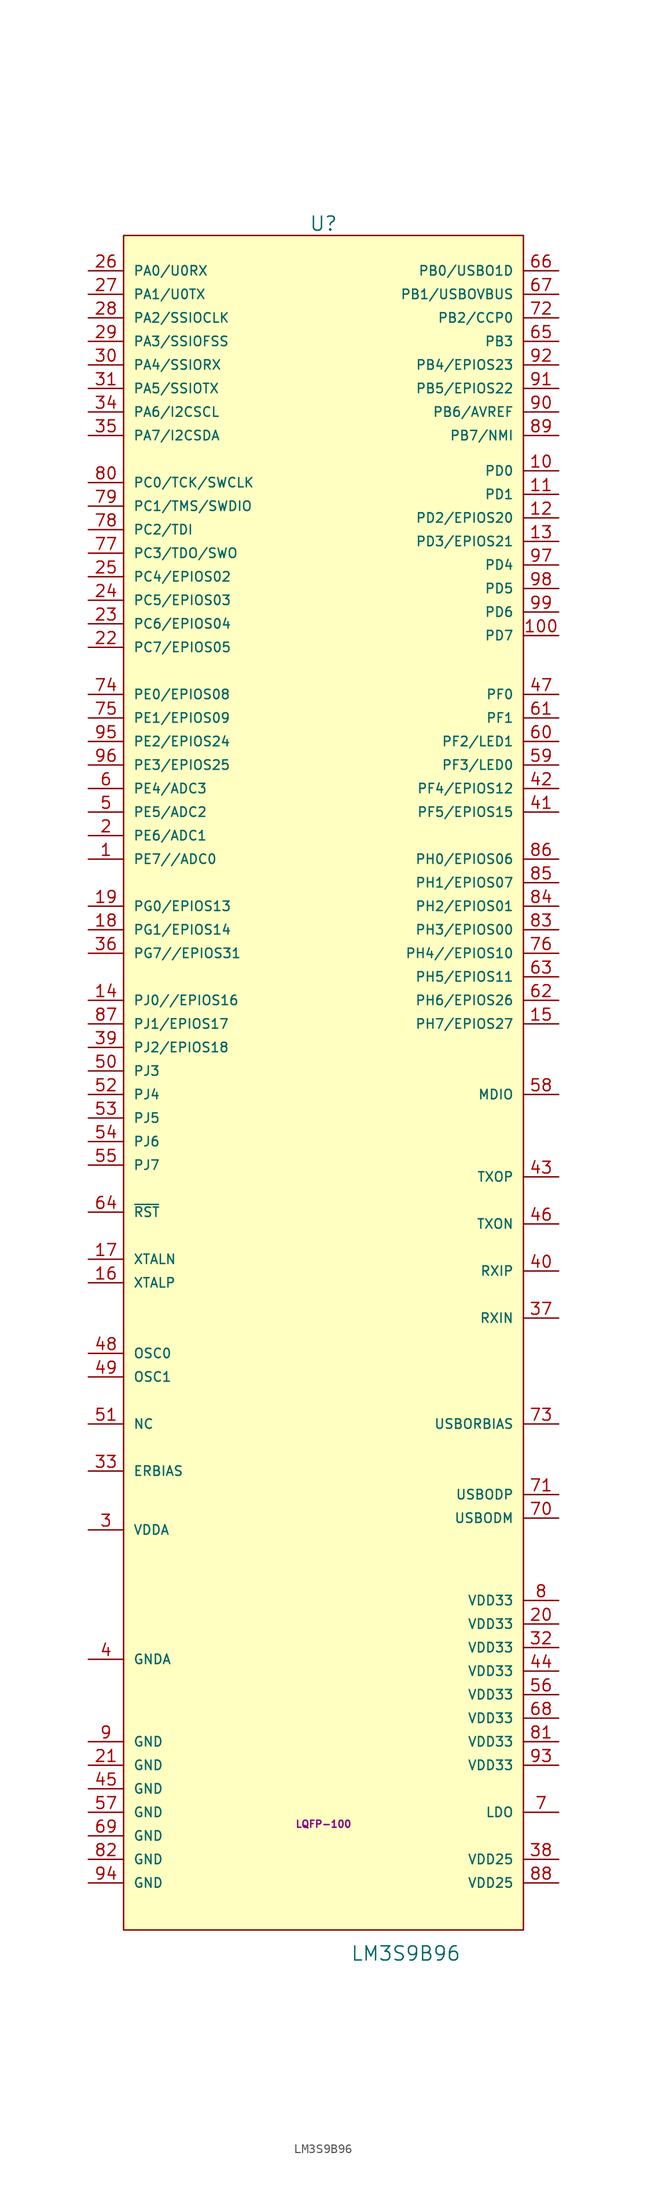
<source format=kicad_sym>
(kicad_symbol_lib
  (version 20220914)
  (generator kicad_symbol_editor)
  (symbol "LM3S9B96"
    (pin_names
      (offset 1.016))
    (property "Reference" "U"
      (at 0 92.71 0)
      (effects (font (size 1.524 1.524))))
    (property "Value" "LM3S9B96"
      (at 8.89 -93.98 0)
      (effects (font (size 1.524 1.524))))
    (property "Footprint" "LQFP-100"
      (at 0 -80.01 0)
      (effects (font (size 0.762 0.762))))
    (property "Datasheet" ""
      (at 0 0 0)
      (effects (font (size 1.524 1.524))))
    (symbol "LM3S9B96_0_1"
      (rectangle (start -21.59 91.44) (end 21.59 -91.44) (stroke (width 0) (type default)) (fill (type background))))
    (symbol "LM3S9B96_1_1"
      (pin input line (at -25.4 24.13 0) (length 3.81) (name "PE7//ADC0" (effects (font (size 1.016 1.016)))) (number "1" (effects (font (size 1.27 1.27)))))
      (pin input line (at 25.4 66.04 180) (length 3.81) (name "PD0" (effects (font (size 1.016 1.016)))) (number "10" (effects (font (size 1.27 1.27)))))
      (pin input line (at 25.4 48.26 180) (length 3.81) (name "PD7" (effects (font (size 1.016 1.016)))) (number "100" (effects (font (size 1.27 1.27)))))
      (pin input line (at 25.4 63.5 180) (length 3.81) (name "PD1" (effects (font (size 1.016 1.016)))) (number "11" (effects (font (size 1.27 1.27)))))
      (pin input line (at 25.4 60.96 180) (length 3.81) (name "PD2/EPIOS20" (effects (font (size 1.016 1.016)))) (number "12" (effects (font (size 1.27 1.27)))))
      (pin input line (at 25.4 58.42 180) (length 3.81) (name "PD3/EPIOS21" (effects (font (size 1.016 1.016)))) (number "13" (effects (font (size 1.27 1.27)))))
      (pin input line (at -25.4 8.89 0) (length 3.81) (name "PJ0//EPIOS16" (effects (font (size 1.016 1.016)))) (number "14" (effects (font (size 1.27 1.27)))))
      (pin input line (at 25.4 6.35 180) (length 3.81) (name "PH7/EPIOS27" (effects (font (size 1.016 1.016)))) (number "15" (effects (font (size 1.27 1.27)))))
      (pin input line (at -25.4 -21.59 0) (length 3.81) (name "XTALP" (effects (font (size 1.016 1.016)))) (number "16" (effects (font (size 1.27 1.27)))))
      (pin input line (at -25.4 -19.05 0) (length 3.81) (name "XTALN" (effects (font (size 1.016 1.016)))) (number "17" (effects (font (size 1.27 1.27)))))
      (pin input line (at -25.4 16.51 0) (length 3.81) (name "PG1/EPIOS14" (effects (font (size 1.016 1.016)))) (number "18" (effects (font (size 1.27 1.27)))))
      (pin input line (at -25.4 19.05 0) (length 3.81) (name "PG0/EPIOS13" (effects (font (size 1.016 1.016)))) (number "19" (effects (font (size 1.27 1.27)))))
      (pin input line (at -25.4 26.67 0) (length 3.81) (name "PE6/ADC1" (effects (font (size 1.016 1.016)))) (number "2" (effects (font (size 1.27 1.27)))))
      (pin input line (at 25.4 -58.42 180) (length 3.81) (name "VDD33" (effects (font (size 1.016 1.016)))) (number "20" (effects (font (size 1.27 1.27)))))
      (pin input line (at -25.4 -73.66 0) (length 3.81) (name "GND" (effects (font (size 1.016 1.016)))) (number "21" (effects (font (size 1.27 1.27)))))
      (pin input line (at -25.4 46.99 0) (length 3.81) (name "PC7/EPIOS05" (effects (font (size 1.016 1.016)))) (number "22" (effects (font (size 1.27 1.27)))))
      (pin input line (at -25.4 49.53 0) (length 3.81) (name "PC6/EPIOS04" (effects (font (size 1.016 1.016)))) (number "23" (effects (font (size 1.27 1.27)))))
      (pin input line (at -25.4 52.07 0) (length 3.81) (name "PC5/EPIOS03" (effects (font (size 1.016 1.016)))) (number "24" (effects (font (size 1.27 1.27)))))
      (pin input line (at -25.4 54.61 0) (length 3.81) (name "PC4/EPIOS02" (effects (font (size 1.016 1.016)))) (number "25" (effects (font (size 1.27 1.27)))))
      (pin input line (at -25.4 87.63 0) (length 3.81) (name "PA0/U0RX" (effects (font (size 1.016 1.016)))) (number "26" (effects (font (size 1.27 1.27)))))
      (pin input line (at -25.4 85.09 0) (length 3.81) (name "PA1/U0TX" (effects (font (size 1.016 1.016)))) (number "27" (effects (font (size 1.27 1.27)))))
      (pin input line (at -25.4 82.55 0) (length 3.81) (name "PA2/SSIOCLK" (effects (font (size 1.016 1.016)))) (number "28" (effects (font (size 1.27 1.27)))))
      (pin input line (at -25.4 80.01 0) (length 3.81) (name "PA3/SSIOFSS" (effects (font (size 1.016 1.016)))) (number "29" (effects (font (size 1.27 1.27)))))
      (pin input line (at -25.4 -48.26 0) (length 3.81) (name "VDDA" (effects (font (size 1.016 1.016)))) (number "3" (effects (font (size 1.27 1.27)))))
      (pin input line (at -25.4 77.47 0) (length 3.81) (name "PA4/SSIORX" (effects (font (size 1.016 1.016)))) (number "30" (effects (font (size 1.27 1.27)))))
      (pin input line (at -25.4 74.93 0) (length 3.81) (name "PA5/SSIOTX" (effects (font (size 1.016 1.016)))) (number "31" (effects (font (size 1.27 1.27)))))
      (pin input line (at 25.4 -60.96 180) (length 3.81) (name "VDD33" (effects (font (size 1.016 1.016)))) (number "32" (effects (font (size 1.27 1.27)))))
      (pin input line (at -25.4 -41.91 0) (length 3.81) (name "ERBIAS" (effects (font (size 1.016 1.016)))) (number "33" (effects (font (size 1.27 1.27)))))
      (pin input line (at -25.4 72.39 0) (length 3.81) (name "PA6/I2CSCL" (effects (font (size 1.016 1.016)))) (number "34" (effects (font (size 1.27 1.27)))))
      (pin input line (at -25.4 69.85 0) (length 3.81) (name "PA7/I2CSDA" (effects (font (size 1.016 1.016)))) (number "35" (effects (font (size 1.27 1.27)))))
      (pin input line (at -25.4 13.97 0) (length 3.81) (name "PG7//EPIOS31" (effects (font (size 1.016 1.016)))) (number "36" (effects (font (size 1.27 1.27)))))
      (pin input line (at 25.4 -25.4 180) (length 3.81) (name "RXIN" (effects (font (size 1.016 1.016)))) (number "37" (effects (font (size 1.27 1.27)))))
      (pin input line (at 25.4 -83.82 180) (length 3.81) (name "VDD25" (effects (font (size 1.016 1.016)))) (number "38" (effects (font (size 1.27 1.27)))))
      (pin input line (at -25.4 3.81 0) (length 3.81) (name "PJ2/EPIOS18" (effects (font (size 1.016 1.016)))) (number "39" (effects (font (size 1.27 1.27)))))
      (pin input line (at -25.4 -62.23 0) (length 3.81) (name "GNDA" (effects (font (size 1.016 1.016)))) (number "4" (effects (font (size 1.27 1.27)))))
      (pin input line (at 25.4 -20.32 180) (length 3.81) (name "RXIP" (effects (font (size 1.016 1.016)))) (number "40" (effects (font (size 1.27 1.27)))))
      (pin input line (at 25.4 29.21 180) (length 3.81) (name "PF5/EPIOS15" (effects (font (size 1.016 1.016)))) (number "41" (effects (font (size 1.27 1.27)))))
      (pin input line (at 25.4 31.75 180) (length 3.81) (name "PF4/EPIOS12" (effects (font (size 1.016 1.016)))) (number "42" (effects (font (size 1.27 1.27)))))
      (pin input line (at 25.4 -10.16 180) (length 3.81) (name "TXOP" (effects (font (size 1.016 1.016)))) (number "43" (effects (font (size 1.27 1.27)))))
      (pin input line (at 25.4 -63.5 180) (length 3.81) (name "VDD33" (effects (font (size 1.016 1.016)))) (number "44" (effects (font (size 1.27 1.27)))))
      (pin input line (at -25.4 -76.2 0) (length 3.81) (name "GND" (effects (font (size 1.016 1.016)))) (number "45" (effects (font (size 1.27 1.27)))))
      (pin input line (at 25.4 -15.24 180) (length 3.81) (name "TXON" (effects (font (size 1.016 1.016)))) (number "46" (effects (font (size 1.27 1.27)))))
      (pin input line (at 25.4 41.91 180) (length 3.81) (name "PF0" (effects (font (size 1.016 1.016)))) (number "47" (effects (font (size 1.27 1.27)))))
      (pin input line (at -25.4 -29.21 0) (length 3.81) (name "OSC0" (effects (font (size 1.016 1.016)))) (number "48" (effects (font (size 1.27 1.27)))))
      (pin input line (at -25.4 -31.75 0) (length 3.81) (name "OSC1" (effects (font (size 1.016 1.016)))) (number "49" (effects (font (size 1.27 1.27)))))
      (pin input line (at -25.4 29.21 0) (length 3.81) (name "PE5/ADC2" (effects (font (size 1.016 1.016)))) (number "5" (effects (font (size 1.27 1.27)))))
      (pin input line (at -25.4 1.27 0) (length 3.81) (name "PJ3" (effects (font (size 1.016 1.016)))) (number "50" (effects (font (size 1.27 1.27)))))
      (pin input line (at -25.4 -36.83 0) (length 3.81) (name "NC" (effects (font (size 1.016 1.016)))) (number "51" (effects (font (size 1.27 1.27)))))
      (pin input line (at -25.4 -1.27 0) (length 3.81) (name "PJ4" (effects (font (size 1.016 1.016)))) (number "52" (effects (font (size 1.27 1.27)))))
      (pin input line (at -25.4 -3.81 0) (length 3.81) (name "PJ5" (effects (font (size 1.016 1.016)))) (number "53" (effects (font (size 1.27 1.27)))))
      (pin input line (at -25.4 -6.35 0) (length 3.81) (name "PJ6" (effects (font (size 1.016 1.016)))) (number "54" (effects (font (size 1.27 1.27)))))
      (pin input line (at -25.4 -8.89 0) (length 3.81) (name "PJ7" (effects (font (size 1.016 1.016)))) (number "55" (effects (font (size 1.27 1.27)))))
      (pin input line (at 25.4 -66.04 180) (length 3.81) (name "VDD33" (effects (font (size 1.016 1.016)))) (number "56" (effects (font (size 1.27 1.27)))))
      (pin input line (at -25.4 -78.74 0) (length 3.81) (name "GND" (effects (font (size 1.016 1.016)))) (number "57" (effects (font (size 1.27 1.27)))))
      (pin input line (at 25.4 -1.27 180) (length 3.81) (name "MDIO" (effects (font (size 1.016 1.016)))) (number "58" (effects (font (size 1.27 1.27)))))
      (pin input line (at 25.4 34.29 180) (length 3.81) (name "PF3/LED0" (effects (font (size 1.016 1.016)))) (number "59" (effects (font (size 1.27 1.27)))))
      (pin input line (at -25.4 31.75 0) (length 3.81) (name "PE4/ADC3" (effects (font (size 1.016 1.016)))) (number "6" (effects (font (size 1.27 1.27)))))
      (pin input line (at 25.4 36.83 180) (length 3.81) (name "PF2/LED1" (effects (font (size 1.016 1.016)))) (number "60" (effects (font (size 1.27 1.27)))))
      (pin input line (at 25.4 39.37 180) (length 3.81) (name "PF1" (effects (font (size 1.016 1.016)))) (number "61" (effects (font (size 1.27 1.27)))))
      (pin input line (at 25.4 8.89 180) (length 3.81) (name "PH6/EPIOS26" (effects (font (size 1.016 1.016)))) (number "62" (effects (font (size 1.27 1.27)))))
      (pin input line (at 25.4 11.43 180) (length 3.81) (name "PH5/EPIOS11" (effects (font (size 1.016 1.016)))) (number "63" (effects (font (size 1.27 1.27)))))
      (pin input line (at -25.4 -13.97 0) (length 3.81) (name "~{RST}" (effects (font (size 1.016 1.016)))) (number "64" (effects (font (size 1.27 1.27)))))
      (pin input line (at 25.4 80.01 180) (length 3.81) (name "PB3" (effects (font (size 1.016 1.016)))) (number "65" (effects (font (size 1.27 1.27)))))
      (pin input line (at 25.4 87.63 180) (length 3.81) (name "PB0/USBO1D" (effects (font (size 1.016 1.016)))) (number "66" (effects (font (size 1.27 1.27)))))
      (pin input line (at 25.4 85.09 180) (length 3.81) (name "PB1/USBOVBUS" (effects (font (size 1.016 1.016)))) (number "67" (effects (font (size 1.27 1.27)))))
      (pin input line (at 25.4 -68.58 180) (length 3.81) (name "VDD33" (effects (font (size 1.016 1.016)))) (number "68" (effects (font (size 1.27 1.27)))))
      (pin input line (at -25.4 -81.28 0) (length 3.81) (name "GND" (effects (font (size 1.016 1.016)))) (number "69" (effects (font (size 1.27 1.27)))))
      (pin input line (at 25.4 -78.74 180) (length 3.81) (name "LDO" (effects (font (size 1.016 1.016)))) (number "7" (effects (font (size 1.27 1.27)))))
      (pin input line (at 25.4 -46.99 180) (length 3.81) (name "USBODM" (effects (font (size 1.016 1.016)))) (number "70" (effects (font (size 1.27 1.27)))))
      (pin input line (at 25.4 -44.45 180) (length 3.81) (name "USBODP" (effects (font (size 1.016 1.016)))) (number "71" (effects (font (size 1.27 1.27)))))
      (pin input line (at 25.4 82.55 180) (length 3.81) (name "PB2/CCP0" (effects (font (size 1.016 1.016)))) (number "72" (effects (font (size 1.27 1.27)))))
      (pin input line (at 25.4 -36.83 180) (length 3.81) (name "USBORBIAS" (effects (font (size 1.016 1.016)))) (number "73" (effects (font (size 1.27 1.27)))))
      (pin input line (at -25.4 41.91 0) (length 3.81) (name "PE0/EPIOS08" (effects (font (size 1.016 1.016)))) (number "74" (effects (font (size 1.27 1.27)))))
      (pin input line (at -25.4 39.37 0) (length 3.81) (name "PE1/EPIOS09" (effects (font (size 1.016 1.016)))) (number "75" (effects (font (size 1.27 1.27)))))
      (pin input line (at 25.4 13.97 180) (length 3.81) (name "PH4//EPIOS10" (effects (font (size 1.016 1.016)))) (number "76" (effects (font (size 1.27 1.27)))))
      (pin input line (at -25.4 57.15 0) (length 3.81) (name "PC3/TDO/SWO" (effects (font (size 1.016 1.016)))) (number "77" (effects (font (size 1.27 1.27)))))
      (pin input line (at -25.4 59.69 0) (length 3.81) (name "PC2/TDI" (effects (font (size 1.016 1.016)))) (number "78" (effects (font (size 1.27 1.27)))))
      (pin input line (at -25.4 62.23 0) (length 3.81) (name "PC1/TMS/SWDIO" (effects (font (size 1.016 1.016)))) (number "79" (effects (font (size 1.27 1.27)))))
      (pin input line (at 25.4 -55.88 180) (length 3.81) (name "VDD33" (effects (font (size 1.016 1.016)))) (number "8" (effects (font (size 1.27 1.27)))))
      (pin input line (at -25.4 64.77 0) (length 3.81) (name "PC0/TCK/SWCLK" (effects (font (size 1.016 1.016)))) (number "80" (effects (font (size 1.27 1.27)))))
      (pin input line (at 25.4 -71.12 180) (length 3.81) (name "VDD33" (effects (font (size 1.016 1.016)))) (number "81" (effects (font (size 1.27 1.27)))))
      (pin input line (at -25.4 -83.82 0) (length 3.81) (name "GND" (effects (font (size 1.016 1.016)))) (number "82" (effects (font (size 1.27 1.27)))))
      (pin input line (at 25.4 16.51 180) (length 3.81) (name "PH3/EPIOS00" (effects (font (size 1.016 1.016)))) (number "83" (effects (font (size 1.27 1.27)))))
      (pin input line (at 25.4 19.05 180) (length 3.81) (name "PH2/EPIOS01" (effects (font (size 1.016 1.016)))) (number "84" (effects (font (size 1.27 1.27)))))
      (pin input line (at 25.4 21.59 180) (length 3.81) (name "PH1/EPIOS07" (effects (font (size 1.016 1.016)))) (number "85" (effects (font (size 1.27 1.27)))))
      (pin input line (at 25.4 24.13 180) (length 3.81) (name "PH0/EPIOS06" (effects (font (size 1.016 1.016)))) (number "86" (effects (font (size 1.27 1.27)))))
      (pin input line (at -25.4 6.35 0) (length 3.81) (name "PJ1/EPIOS17" (effects (font (size 1.016 1.016)))) (number "87" (effects (font (size 1.27 1.27)))))
      (pin input line (at 25.4 -86.36 180) (length 3.81) (name "VDD25" (effects (font (size 1.016 1.016)))) (number "88" (effects (font (size 1.27 1.27)))))
      (pin input line (at 25.4 69.85 180) (length 3.81) (name "PB7/NMI" (effects (font (size 1.016 1.016)))) (number "89" (effects (font (size 1.27 1.27)))))
      (pin input line (at -25.4 -71.12 0) (length 3.81) (name "GND" (effects (font (size 1.016 1.016)))) (number "9" (effects (font (size 1.27 1.27)))))
      (pin input line (at 25.4 72.39 180) (length 3.81) (name "PB6/AVREF" (effects (font (size 1.016 1.016)))) (number "90" (effects (font (size 1.27 1.27)))))
      (pin input line (at 25.4 74.93 180) (length 3.81) (name "PB5/EPIOS22" (effects (font (size 1.016 1.016)))) (number "91" (effects (font (size 1.27 1.27)))))
      (pin input line (at 25.4 77.47 180) (length 3.81) (name "PB4/EPIOS23" (effects (font (size 1.016 1.016)))) (number "92" (effects (font (size 1.27 1.27)))))
      (pin input line (at 25.4 -73.66 180) (length 3.81) (name "VDD33" (effects (font (size 1.016 1.016)))) (number "93" (effects (font (size 1.27 1.27)))))
      (pin input line (at -25.4 -86.36 0) (length 3.81) (name "GND" (effects (font (size 1.016 1.016)))) (number "94" (effects (font (size 1.27 1.27)))))
      (pin input line (at -25.4 36.83 0) (length 3.81) (name "PE2/EPIOS24" (effects (font (size 1.016 1.016)))) (number "95" (effects (font (size 1.27 1.27)))))
      (pin input line (at -25.4 34.29 0) (length 3.81) (name "PE3/EPIOS25" (effects (font (size 1.016 1.016)))) (number "96" (effects (font (size 1.27 1.27)))))
      (pin input line (at 25.4 55.88 180) (length 3.81) (name "PD4" (effects (font (size 1.016 1.016)))) (number "97" (effects (font (size 1.27 1.27)))))
      (pin input line (at 25.4 53.34 180) (length 3.81) (name "PD5" (effects (font (size 1.016 1.016)))) (number "98" (effects (font (size 1.27 1.27)))))
      (pin input line (at 25.4 50.8 180) (length 3.81) (name "PD6" (effects (font (size 1.016 1.016)))) (number "99" (effects (font (size 1.27 1.27))))))))
</source>
